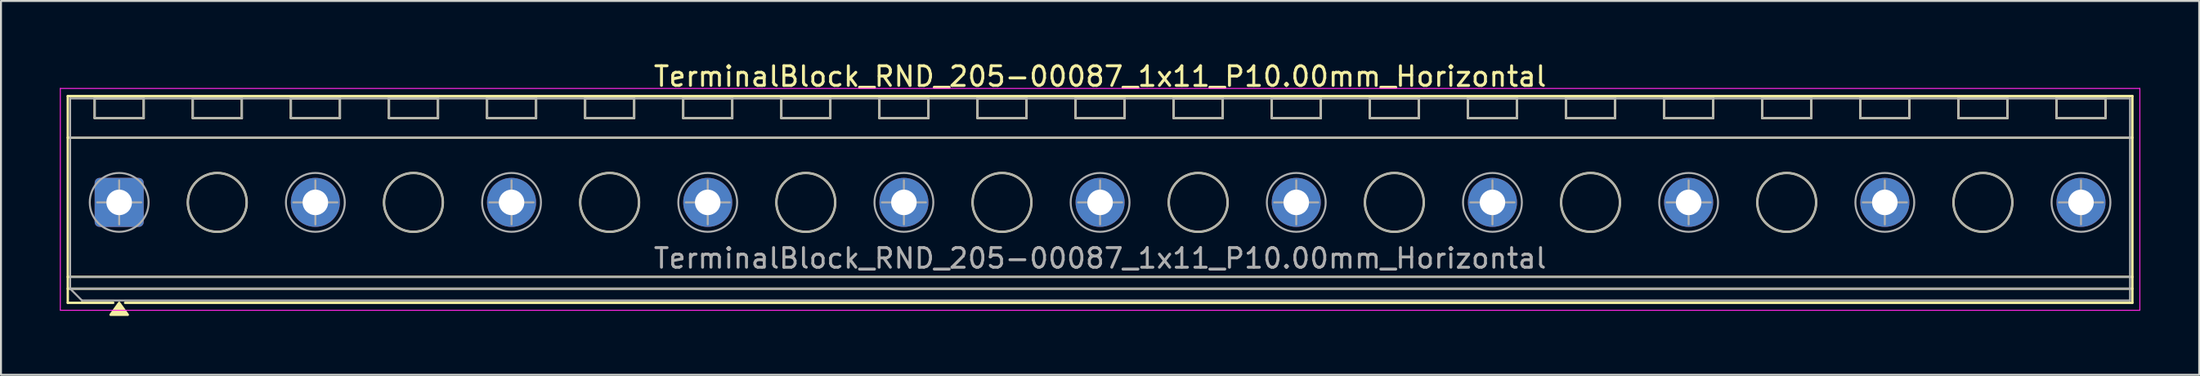
<source format=kicad_pcb>
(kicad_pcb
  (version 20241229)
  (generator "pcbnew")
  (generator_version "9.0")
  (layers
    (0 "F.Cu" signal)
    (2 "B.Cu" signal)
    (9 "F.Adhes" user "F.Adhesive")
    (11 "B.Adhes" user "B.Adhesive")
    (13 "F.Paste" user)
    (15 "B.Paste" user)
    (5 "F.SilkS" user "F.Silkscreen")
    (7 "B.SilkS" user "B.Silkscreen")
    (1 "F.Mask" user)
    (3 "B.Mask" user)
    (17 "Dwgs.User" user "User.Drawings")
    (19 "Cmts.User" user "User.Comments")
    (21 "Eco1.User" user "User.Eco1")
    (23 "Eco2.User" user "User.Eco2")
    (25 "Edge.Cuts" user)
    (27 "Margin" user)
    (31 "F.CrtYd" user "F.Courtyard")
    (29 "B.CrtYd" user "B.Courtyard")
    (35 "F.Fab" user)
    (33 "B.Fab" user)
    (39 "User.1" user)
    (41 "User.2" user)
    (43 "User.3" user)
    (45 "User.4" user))
  (footprint "TerminalBlock_RND_205-00087_1x11_P10.00mm_Horizontal"
    (layer "F.Cu")
    (at 3.025 7.268)
    (property "Reference" "TerminalBlock_RND_205-00087_1x11_P10.00mm_Horizontal" (at 50 -6.42 0) (layer "F.SilkS") (effects (font (size 1 1) (thickness 0.15))))
    (attr through_hole)
    (fp_line (start -2.62 -5.42) (end -2.62 5.12) (stroke (width 0.12) (type solid)) (layer "F.SilkS"))
    (fp_line (start -2.62 -5.42) (end 102.62 -5.42) (stroke (width 0.12) (type solid)) (layer "F.SilkS"))
    (fp_line (start -2.62 -3.3) (end 102.62 -3.3) (stroke (width 0.12) (type solid)) (layer "F.SilkS"))
    (fp_line (start -2.62 3.8) (end 102.62 3.8) (stroke (width 0.12) (type solid)) (layer "F.SilkS"))
    (fp_line (start -2.62 4.4) (end 102.62 4.4) (stroke (width 0.12) (type solid)) (layer "F.SilkS"))
    (fp_line (start -2.62 5.12) (end -0.3 5.12) (stroke (width 0.12) (type solid)) (layer "F.SilkS"))
    (fp_line (start -1.25 -5.3) (end -1.25 -4.3) (stroke (width 0.12) (type solid)) (layer "F.SilkS"))
    (fp_line (start -1.25 -5.3) (end 1.25 -5.3) (stroke (width 0.12) (type solid)) (layer "F.SilkS"))
    (fp_line (start -1.25 -4.3) (end 1.25 -4.3) (stroke (width 0.12) (type solid)) (layer "F.SilkS"))
    (fp_line (start 0.3 5.12) (end 102.62 5.12) (stroke (width 0.12) (type solid)) (layer "F.SilkS"))
    (fp_line (start 1.25 -5.3) (end 1.25 -4.3) (stroke (width 0.12) (type solid)) (layer "F.SilkS"))
    (fp_line (start 3.75 -5.3) (end 3.75 -4.3) (stroke (width 0.12) (type solid)) (layer "F.SilkS"))
    (fp_line (start 3.75 -5.3) (end 6.25 -5.3) (stroke (width 0.12) (type solid)) (layer "F.SilkS"))
    (fp_line (start 3.75 -4.3) (end 6.25 -4.3) (stroke (width 0.12) (type solid)) (layer "F.SilkS"))
    (fp_line (start 6.25 -5.3) (end 6.25 -4.3) (stroke (width 0.12) (type solid)) (layer "F.SilkS"))
    (fp_line (start 8.75 -5.3) (end 8.75 -4.3) (stroke (width 0.12) (type solid)) (layer "F.SilkS"))
    (fp_line (start 8.75 -5.3) (end 11.25 -5.3) (stroke (width 0.12) (type solid)) (layer "F.SilkS"))
    (fp_line (start 8.75 -4.3) (end 11.25 -4.3) (stroke (width 0.12) (type solid)) (layer "F.SilkS"))
    (fp_line (start 11.25 -5.3) (end 11.25 -4.3) (stroke (width 0.12) (type solid)) (layer "F.SilkS"))
    (fp_line (start 13.75 -5.3) (end 13.75 -4.3) (stroke (width 0.12) (type solid)) (layer "F.SilkS"))
    (fp_line (start 13.75 -5.3) (end 16.25 -5.3) (stroke (width 0.12) (type solid)) (layer "F.SilkS"))
    (fp_line (start 13.75 -4.3) (end 16.25 -4.3) (stroke (width 0.12) (type solid)) (layer "F.SilkS"))
    (fp_line (start 16.25 -5.3) (end 16.25 -4.3) (stroke (width 0.12) (type solid)) (layer "F.SilkS"))
    (fp_line (start 18.75 -5.3) (end 18.75 -4.3) (stroke (width 0.12) (type solid)) (layer "F.SilkS"))
    (fp_line (start 18.75 -5.3) (end 21.25 -5.3) (stroke (width 0.12) (type solid)) (layer "F.SilkS"))
    (fp_line (start 18.75 -4.3) (end 21.25 -4.3) (stroke (width 0.12) (type solid)) (layer "F.SilkS"))
    (fp_line (start 21.25 -5.3) (end 21.25 -4.3) (stroke (width 0.12) (type solid)) (layer "F.SilkS"))
    (fp_line (start 23.75 -5.3) (end 23.75 -4.3) (stroke (width 0.12) (type solid)) (layer "F.SilkS"))
    (fp_line (start 23.75 -5.3) (end 26.25 -5.3) (stroke (width 0.12) (type solid)) (layer "F.SilkS"))
    (fp_line (start 23.75 -4.3) (end 26.25 -4.3) (stroke (width 0.12) (type solid)) (layer "F.SilkS"))
    (fp_line (start 26.25 -5.3) (end 26.25 -4.3) (stroke (width 0.12) (type solid)) (layer "F.SilkS"))
    (fp_line (start 28.75 -5.3) (end 28.75 -4.3) (stroke (width 0.12) (type solid)) (layer "F.SilkS"))
    (fp_line (start 28.75 -5.3) (end 31.25 -5.3) (stroke (width 0.12) (type solid)) (layer "F.SilkS"))
    (fp_line (start 28.75 -4.3) (end 31.25 -4.3) (stroke (width 0.12) (type solid)) (layer "F.SilkS"))
    (fp_line (start 31.25 -5.3) (end 31.25 -4.3) (stroke (width 0.12) (type solid)) (layer "F.SilkS"))
    (fp_line (start 33.75 -5.3) (end 33.75 -4.3) (stroke (width 0.12) (type solid)) (layer "F.SilkS"))
    (fp_line (start 33.75 -5.3) (end 36.25 -5.3) (stroke (width 0.12) (type solid)) (layer "F.SilkS"))
    (fp_line (start 33.75 -4.3) (end 36.25 -4.3) (stroke (width 0.12) (type solid)) (layer "F.SilkS"))
    (fp_line (start 36.25 -5.3) (end 36.25 -4.3) (stroke (width 0.12) (type solid)) (layer "F.SilkS"))
    (fp_line (start 38.75 -5.3) (end 38.75 -4.3) (stroke (width 0.12) (type solid)) (layer "F.SilkS"))
    (fp_line (start 38.75 -5.3) (end 41.25 -5.3) (stroke (width 0.12) (type solid)) (layer "F.SilkS"))
    (fp_line (start 38.75 -4.3) (end 41.25 -4.3) (stroke (width 0.12) (type solid)) (layer "F.SilkS"))
    (fp_line (start 41.25 -5.3) (end 41.25 -4.3) (stroke (width 0.12) (type solid)) (layer "F.SilkS"))
    (fp_line (start 43.75 -5.3) (end 43.75 -4.3) (stroke (width 0.12) (type solid)) (layer "F.SilkS"))
    (fp_line (start 43.75 -5.3) (end 46.25 -5.3) (stroke (width 0.12) (type solid)) (layer "F.SilkS"))
    (fp_line (start 43.75 -4.3) (end 46.25 -4.3) (stroke (width 0.12) (type solid)) (layer "F.SilkS"))
    (fp_line (start 46.25 -5.3) (end 46.25 -4.3) (stroke (width 0.12) (type solid)) (layer "F.SilkS"))
    (fp_line (start 48.75 -5.3) (end 48.75 -4.3) (stroke (width 0.12) (type solid)) (layer "F.SilkS"))
    (fp_line (start 48.75 -5.3) (end 51.25 -5.3) (stroke (width 0.12) (type solid)) (layer "F.SilkS"))
    (fp_line (start 48.75 -4.3) (end 51.25 -4.3) (stroke (width 0.12) (type solid)) (layer "F.SilkS"))
    (fp_line (start 51.25 -5.3) (end 51.25 -4.3) (stroke (width 0.12) (type solid)) (layer "F.SilkS"))
    (fp_line (start 53.75 -5.3) (end 53.75 -4.3) (stroke (width 0.12) (type solid)) (layer "F.SilkS"))
    (fp_line (start 53.75 -5.3) (end 56.25 -5.3) (stroke (width 0.12) (type solid)) (layer "F.SilkS"))
    (fp_line (start 53.75 -4.3) (end 56.25 -4.3) (stroke (width 0.12) (type solid)) (layer "F.SilkS"))
    (fp_line (start 56.25 -5.3) (end 56.25 -4.3) (stroke (width 0.12) (type solid)) (layer "F.SilkS"))
    (fp_line (start 58.75 -5.3) (end 58.75 -4.3) (stroke (width 0.12) (type solid)) (layer "F.SilkS"))
    (fp_line (start 58.75 -5.3) (end 61.25 -5.3) (stroke (width 0.12) (type solid)) (layer "F.SilkS"))
    (fp_line (start 58.75 -4.3) (end 61.25 -4.3) (stroke (width 0.12) (type solid)) (layer "F.SilkS"))
    (fp_line (start 61.25 -5.3) (end 61.25 -4.3) (stroke (width 0.12) (type solid)) (layer "F.SilkS"))
    (fp_line (start 63.75 -5.3) (end 63.75 -4.3) (stroke (width 0.12) (type solid)) (layer "F.SilkS"))
    (fp_line (start 63.75 -5.3) (end 66.25 -5.3) (stroke (width 0.12) (type solid)) (layer "F.SilkS"))
    (fp_line (start 63.75 -4.3) (end 66.25 -4.3) (stroke (width 0.12) (type solid)) (layer "F.SilkS"))
    (fp_line (start 66.25 -5.3) (end 66.25 -4.3) (stroke (width 0.12) (type solid)) (layer "F.SilkS"))
    (fp_line (start 68.75 -5.3) (end 68.75 -4.3) (stroke (width 0.12) (type solid)) (layer "F.SilkS"))
    (fp_line (start 68.75 -5.3) (end 71.25 -5.3) (stroke (width 0.12) (type solid)) (layer "F.SilkS"))
    (fp_line (start 68.75 -4.3) (end 71.25 -4.3) (stroke (width 0.12) (type solid)) (layer "F.SilkS"))
    (fp_line (start 71.25 -5.3) (end 71.25 -4.3) (stroke (width 0.12) (type solid)) (layer "F.SilkS"))
    (fp_line (start 73.75 -5.3) (end 73.75 -4.3) (stroke (width 0.12) (type solid)) (layer "F.SilkS"))
    (fp_line (start 73.75 -5.3) (end 76.25 -5.3) (stroke (width 0.12) (type solid)) (layer "F.SilkS"))
    (fp_line (start 73.75 -4.3) (end 76.25 -4.3) (stroke (width 0.12) (type solid)) (layer "F.SilkS"))
    (fp_line (start 76.25 -5.3) (end 76.25 -4.3) (stroke (width 0.12) (type solid)) (layer "F.SilkS"))
    (fp_line (start 78.75 -5.3) (end 78.75 -4.3) (stroke (width 0.12) (type solid)) (layer "F.SilkS"))
    (fp_line (start 78.75 -5.3) (end 81.25 -5.3) (stroke (width 0.12) (type solid)) (layer "F.SilkS"))
    (fp_line (start 78.75 -4.3) (end 81.25 -4.3) (stroke (width 0.12) (type solid)) (layer "F.SilkS"))
    (fp_line (start 81.25 -5.3) (end 81.25 -4.3) (stroke (width 0.12) (type solid)) (layer "F.SilkS"))
    (fp_line (start 83.75 -5.3) (end 83.75 -4.3) (stroke (width 0.12) (type solid)) (layer "F.SilkS"))
    (fp_line (start 83.75 -5.3) (end 86.25 -5.3) (stroke (width 0.12) (type solid)) (layer "F.SilkS"))
    (fp_line (start 83.75 -4.3) (end 86.25 -4.3) (stroke (width 0.12) (type solid)) (layer "F.SilkS"))
    (fp_line (start 86.25 -5.3) (end 86.25 -4.3) (stroke (width 0.12) (type solid)) (layer "F.SilkS"))
    (fp_line (start 88.75 -5.3) (end 88.75 -4.3) (stroke (width 0.12) (type solid)) (layer "F.SilkS"))
    (fp_line (start 88.75 -5.3) (end 91.25 -5.3) (stroke (width 0.12) (type solid)) (layer "F.SilkS"))
    (fp_line (start 88.75 -4.3) (end 91.25 -4.3) (stroke (width 0.12) (type solid)) (layer "F.SilkS"))
    (fp_line (start 91.25 -5.3) (end 91.25 -4.3) (stroke (width 0.12) (type solid)) (layer "F.SilkS"))
    (fp_line (start 93.75 -5.3) (end 93.75 -4.3) (stroke (width 0.12) (type solid)) (layer "F.SilkS"))
    (fp_line (start 93.75 -5.3) (end 96.25 -5.3) (stroke (width 0.12) (type solid)) (layer "F.SilkS"))
    (fp_line (start 93.75 -4.3) (end 96.25 -4.3) (stroke (width 0.12) (type solid)) (layer "F.SilkS"))
    (fp_line (start 96.25 -5.3) (end 96.25 -4.3) (stroke (width 0.12) (type solid)) (layer "F.SilkS"))
    (fp_line (start 98.75 -5.3) (end 98.75 -4.3) (stroke (width 0.12) (type solid)) (layer "F.SilkS"))
    (fp_line (start 98.75 -5.3) (end 101.25 -5.3) (stroke (width 0.12) (type solid)) (layer "F.SilkS"))
    (fp_line (start 98.75 -4.3) (end 101.25 -4.3) (stroke (width 0.12) (type solid)) (layer "F.SilkS"))
    (fp_line (start 101.25 -5.3) (end 101.25 -4.3) (stroke (width 0.12) (type solid)) (layer "F.SilkS"))
    (fp_line (start 102.62 -5.42) (end 102.62 5.12) (stroke (width 0.12) (type solid)) (layer "F.SilkS"))
    (fp_circle (center 5 0) (end 6.5 0) (stroke (width 0.12) (type solid)) (fill no) (layer "F.SilkS"))
    (fp_circle (center 15 0) (end 16.5 0) (stroke (width 0.12) (type solid)) (fill no) (layer "F.SilkS"))
    (fp_circle (center 25 0) (end 26.5 0) (stroke (width 0.12) (type solid)) (fill no) (layer "F.SilkS"))
    (fp_circle (center 35 0) (end 36.5 0) (stroke (width 0.12) (type solid)) (fill no) (layer "F.SilkS"))
    (fp_circle (center 45 0) (end 46.5 0) (stroke (width 0.12) (type solid)) (fill no) (layer "F.SilkS"))
    (fp_circle (center 55 0) (end 56.5 0) (stroke (width 0.12) (type solid)) (fill no) (layer "F.SilkS"))
    (fp_circle (center 65 0) (end 66.5 0) (stroke (width 0.12) (type solid)) (fill no) (layer "F.SilkS"))
    (fp_circle (center 75 0) (end 76.5 0) (stroke (width 0.12) (type solid)) (fill no) (layer "F.SilkS"))
    (fp_circle (center 85 0) (end 86.5 0) (stroke (width 0.12) (type solid)) (fill no) (layer "F.SilkS"))
    (fp_circle (center 95 0) (end 96.5 0) (stroke (width 0.12) (type solid)) (fill no) (layer "F.SilkS"))
    (fp_poly (pts (xy 0 5.12) (xy 0.44 5.73) (xy -0.44 5.73)) (stroke (width 0.12) (type solid)) (fill yes) (layer "F.SilkS"))
    (fp_line (start -3 -5.81) (end -3 5.5) (stroke (width 0.05) (type solid)) (layer "F.CrtYd"))
    (fp_line (start -3 5.5) (end 103 5.5) (stroke (width 0.05) (type solid)) (layer "F.CrtYd"))
    (fp_line (start 103 -5.81) (end -3 -5.81) (stroke (width 0.05) (type solid)) (layer "F.CrtYd"))
    (fp_line (start 103 5.5) (end 103 -5.81) (stroke (width 0.05) (type solid)) (layer "F.CrtYd"))
    (fp_line (start -2.5 -5.3) (end 102.5 -5.3) (stroke (width 0.1) (type solid)) (layer "F.Fab"))
    (fp_line (start -2.5 -3.3) (end 102.5 -3.3) (stroke (width 0.1) (type solid)) (layer "F.Fab"))
    (fp_line (start -2.5 3.8) (end 102.5 3.8) (stroke (width 0.1) (type solid)) (layer "F.Fab"))
    (fp_line (start -2.5 4.4) (end -2.5 -5.3) (stroke (width 0.1) (type solid)) (layer "F.Fab"))
    (fp_line (start -2.5 4.4) (end 102.5 4.4) (stroke (width 0.1) (type solid)) (layer "F.Fab"))
    (fp_line (start -1.9 5) (end -2.5 4.4) (stroke (width 0.1) (type solid)) (layer "F.Fab"))
    (fp_line (start -1.25 -5.3) (end -1.25 -4.3) (stroke (width 0.1) (type solid)) (layer "F.Fab"))
    (fp_line (start -1.25 -4.3) (end 1.25 -4.3) (stroke (width 0.1) (type solid)) (layer "F.Fab"))
    (fp_line (start -1.125 0) (end 1.125 0) (stroke (width 0.1) (type solid)) (layer "F.Fab"))
    (fp_line (start 0 -1.125) (end 0 1.125) (stroke (width 0.1) (type solid)) (layer "F.Fab"))
    (fp_line (start 1.25 -5.3) (end -1.25 -5.3) (stroke (width 0.1) (type solid)) (layer "F.Fab"))
    (fp_line (start 1.25 -4.3) (end 1.25 -5.3) (stroke (width 0.1) (type solid)) (layer "F.Fab"))
    (fp_line (start 3.75 -5.3) (end 3.75 -4.3) (stroke (width 0.1) (type solid)) (layer "F.Fab"))
    (fp_line (start 3.75 -4.3) (end 6.25 -4.3) (stroke (width 0.1) (type solid)) (layer "F.Fab"))
    (fp_line (start 6.25 -5.3) (end 3.75 -5.3) (stroke (width 0.1) (type solid)) (layer "F.Fab"))
    (fp_line (start 6.25 -4.3) (end 6.25 -5.3) (stroke (width 0.1) (type solid)) (layer "F.Fab"))
    (fp_line (start 8.75 -5.3) (end 8.75 -4.3) (stroke (width 0.1) (type solid)) (layer "F.Fab"))
    (fp_line (start 8.75 -4.3) (end 11.25 -4.3) (stroke (width 0.1) (type solid)) (layer "F.Fab"))
    (fp_line (start 8.875 0) (end 11.125 0) (stroke (width 0.1) (type solid)) (layer "F.Fab"))
    (fp_line (start 10 -1.125) (end 10 1.125) (stroke (width 0.1) (type solid)) (layer "F.Fab"))
    (fp_line (start 11.25 -5.3) (end 8.75 -5.3) (stroke (width 0.1) (type solid)) (layer "F.Fab"))
    (fp_line (start 11.25 -4.3) (end 11.25 -5.3) (stroke (width 0.1) (type solid)) (layer "F.Fab"))
    (fp_line (start 13.75 -5.3) (end 13.75 -4.3) (stroke (width 0.1) (type solid)) (layer "F.Fab"))
    (fp_line (start 13.75 -4.3) (end 16.25 -4.3) (stroke (width 0.1) (type solid)) (layer "F.Fab"))
    (fp_line (start 16.25 -5.3) (end 13.75 -5.3) (stroke (width 0.1) (type solid)) (layer "F.Fab"))
    (fp_line (start 16.25 -4.3) (end 16.25 -5.3) (stroke (width 0.1) (type solid)) (layer "F.Fab"))
    (fp_line (start 18.75 -5.3) (end 18.75 -4.3) (stroke (width 0.1) (type solid)) (layer "F.Fab"))
    (fp_line (start 18.75 -4.3) (end 21.25 -4.3) (stroke (width 0.1) (type solid)) (layer "F.Fab"))
    (fp_line (start 18.875 0) (end 21.125 0) (stroke (width 0.1) (type solid)) (layer "F.Fab"))
    (fp_line (start 20 -1.125) (end 20 1.125) (stroke (width 0.1) (type solid)) (layer "F.Fab"))
    (fp_line (start 21.25 -5.3) (end 18.75 -5.3) (stroke (width 0.1) (type solid)) (layer "F.Fab"))
    (fp_line (start 21.25 -4.3) (end 21.25 -5.3) (stroke (width 0.1) (type solid)) (layer "F.Fab"))
    (fp_line (start 23.75 -5.3) (end 23.75 -4.3) (stroke (width 0.1) (type solid)) (layer "F.Fab"))
    (fp_line (start 23.75 -4.3) (end 26.25 -4.3) (stroke (width 0.1) (type solid)) (layer "F.Fab"))
    (fp_line (start 26.25 -5.3) (end 23.75 -5.3) (stroke (width 0.1) (type solid)) (layer "F.Fab"))
    (fp_line (start 26.25 -4.3) (end 26.25 -5.3) (stroke (width 0.1) (type solid)) (layer "F.Fab"))
    (fp_line (start 28.75 -5.3) (end 28.75 -4.3) (stroke (width 0.1) (type solid)) (layer "F.Fab"))
    (fp_line (start 28.75 -4.3) (end 31.25 -4.3) (stroke (width 0.1) (type solid)) (layer "F.Fab"))
    (fp_line (start 28.875 0) (end 31.125 0) (stroke (width 0.1) (type solid)) (layer "F.Fab"))
    (fp_line (start 30 -1.125) (end 30 1.125) (stroke (width 0.1) (type solid)) (layer "F.Fab"))
    (fp_line (start 31.25 -5.3) (end 28.75 -5.3) (stroke (width 0.1) (type solid)) (layer "F.Fab"))
    (fp_line (start 31.25 -4.3) (end 31.25 -5.3) (stroke (width 0.1) (type solid)) (layer "F.Fab"))
    (fp_line (start 33.75 -5.3) (end 33.75 -4.3) (stroke (width 0.1) (type solid)) (layer "F.Fab"))
    (fp_line (start 33.75 -4.3) (end 36.25 -4.3) (stroke (width 0.1) (type solid)) (layer "F.Fab"))
    (fp_line (start 36.25 -5.3) (end 33.75 -5.3) (stroke (width 0.1) (type solid)) (layer "F.Fab"))
    (fp_line (start 36.25 -4.3) (end 36.25 -5.3) (stroke (width 0.1) (type solid)) (layer "F.Fab"))
    (fp_line (start 38.75 -5.3) (end 38.75 -4.3) (stroke (width 0.1) (type solid)) (layer "F.Fab"))
    (fp_line (start 38.75 -4.3) (end 41.25 -4.3) (stroke (width 0.1) (type solid)) (layer "F.Fab"))
    (fp_line (start 38.875 0) (end 41.125 0) (stroke (width 0.1) (type solid)) (layer "F.Fab"))
    (fp_line (start 40 -1.125) (end 40 1.125) (stroke (width 0.1) (type solid)) (layer "F.Fab"))
    (fp_line (start 41.25 -5.3) (end 38.75 -5.3) (stroke (width 0.1) (type solid)) (layer "F.Fab"))
    (fp_line (start 41.25 -4.3) (end 41.25 -5.3) (stroke (width 0.1) (type solid)) (layer "F.Fab"))
    (fp_line (start 43.75 -5.3) (end 43.75 -4.3) (stroke (width 0.1) (type solid)) (layer "F.Fab"))
    (fp_line (start 43.75 -4.3) (end 46.25 -4.3) (stroke (width 0.1) (type solid)) (layer "F.Fab"))
    (fp_line (start 46.25 -5.3) (end 43.75 -5.3) (stroke (width 0.1) (type solid)) (layer "F.Fab"))
    (fp_line (start 46.25 -4.3) (end 46.25 -5.3) (stroke (width 0.1) (type solid)) (layer "F.Fab"))
    (fp_line (start 48.75 -5.3) (end 48.75 -4.3) (stroke (width 0.1) (type solid)) (layer "F.Fab"))
    (fp_line (start 48.75 -4.3) (end 51.25 -4.3) (stroke (width 0.1) (type solid)) (layer "F.Fab"))
    (fp_line (start 48.875 0) (end 51.125 0) (stroke (width 0.1) (type solid)) (layer "F.Fab"))
    (fp_line (start 50 -1.125) (end 50 1.125) (stroke (width 0.1) (type solid)) (layer "F.Fab"))
    (fp_line (start 51.25 -5.3) (end 48.75 -5.3) (stroke (width 0.1) (type solid)) (layer "F.Fab"))
    (fp_line (start 51.25 -4.3) (end 51.25 -5.3) (stroke (width 0.1) (type solid)) (layer "F.Fab"))
    (fp_line (start 53.75 -5.3) (end 53.75 -4.3) (stroke (width 0.1) (type solid)) (layer "F.Fab"))
    (fp_line (start 53.75 -4.3) (end 56.25 -4.3) (stroke (width 0.1) (type solid)) (layer "F.Fab"))
    (fp_line (start 56.25 -5.3) (end 53.75 -5.3) (stroke (width 0.1) (type solid)) (layer "F.Fab"))
    (fp_line (start 56.25 -4.3) (end 56.25 -5.3) (stroke (width 0.1) (type solid)) (layer "F.Fab"))
    (fp_line (start 58.75 -5.3) (end 58.75 -4.3) (stroke (width 0.1) (type solid)) (layer "F.Fab"))
    (fp_line (start 58.75 -4.3) (end 61.25 -4.3) (stroke (width 0.1) (type solid)) (layer "F.Fab"))
    (fp_line (start 58.875 0) (end 61.125 0) (stroke (width 0.1) (type solid)) (layer "F.Fab"))
    (fp_line (start 60 -1.125) (end 60 1.125) (stroke (width 0.1) (type solid)) (layer "F.Fab"))
    (fp_line (start 61.25 -5.3) (end 58.75 -5.3) (stroke (width 0.1) (type solid)) (layer "F.Fab"))
    (fp_line (start 61.25 -4.3) (end 61.25 -5.3) (stroke (width 0.1) (type solid)) (layer "F.Fab"))
    (fp_line (start 63.75 -5.3) (end 63.75 -4.3) (stroke (width 0.1) (type solid)) (layer "F.Fab"))
    (fp_line (start 63.75 -4.3) (end 66.25 -4.3) (stroke (width 0.1) (type solid)) (layer "F.Fab"))
    (fp_line (start 66.25 -5.3) (end 63.75 -5.3) (stroke (width 0.1) (type solid)) (layer "F.Fab"))
    (fp_line (start 66.25 -4.3) (end 66.25 -5.3) (stroke (width 0.1) (type solid)) (layer "F.Fab"))
    (fp_line (start 68.75 -5.3) (end 68.75 -4.3) (stroke (width 0.1) (type solid)) (layer "F.Fab"))
    (fp_line (start 68.75 -4.3) (end 71.25 -4.3) (stroke (width 0.1) (type solid)) (layer "F.Fab"))
    (fp_line (start 68.875 0) (end 71.125 0) (stroke (width 0.1) (type solid)) (layer "F.Fab"))
    (fp_line (start 70 -1.125) (end 70 1.125) (stroke (width 0.1) (type solid)) (layer "F.Fab"))
    (fp_line (start 71.25 -5.3) (end 68.75 -5.3) (stroke (width 0.1) (type solid)) (layer "F.Fab"))
    (fp_line (start 71.25 -4.3) (end 71.25 -5.3) (stroke (width 0.1) (type solid)) (layer "F.Fab"))
    (fp_line (start 73.75 -5.3) (end 73.75 -4.3) (stroke (width 0.1) (type solid)) (layer "F.Fab"))
    (fp_line (start 73.75 -4.3) (end 76.25 -4.3) (stroke (width 0.1) (type solid)) (layer "F.Fab"))
    (fp_line (start 76.25 -5.3) (end 73.75 -5.3) (stroke (width 0.1) (type solid)) (layer "F.Fab"))
    (fp_line (start 76.25 -4.3) (end 76.25 -5.3) (stroke (width 0.1) (type solid)) (layer "F.Fab"))
    (fp_line (start 78.75 -5.3) (end 78.75 -4.3) (stroke (width 0.1) (type solid)) (layer "F.Fab"))
    (fp_line (start 78.75 -4.3) (end 81.25 -4.3) (stroke (width 0.1) (type solid)) (layer "F.Fab"))
    (fp_line (start 78.875 0) (end 81.125 0) (stroke (width 0.1) (type solid)) (layer "F.Fab"))
    (fp_line (start 80 -1.125) (end 80 1.125) (stroke (width 0.1) (type solid)) (layer "F.Fab"))
    (fp_line (start 81.25 -5.3) (end 78.75 -5.3) (stroke (width 0.1) (type solid)) (layer "F.Fab"))
    (fp_line (start 81.25 -4.3) (end 81.25 -5.3) (stroke (width 0.1) (type solid)) (layer "F.Fab"))
    (fp_line (start 83.75 -5.3) (end 83.75 -4.3) (stroke (width 0.1) (type solid)) (layer "F.Fab"))
    (fp_line (start 83.75 -4.3) (end 86.25 -4.3) (stroke (width 0.1) (type solid)) (layer "F.Fab"))
    (fp_line (start 86.25 -5.3) (end 83.75 -5.3) (stroke (width 0.1) (type solid)) (layer "F.Fab"))
    (fp_line (start 86.25 -4.3) (end 86.25 -5.3) (stroke (width 0.1) (type solid)) (layer "F.Fab"))
    (fp_line (start 88.75 -5.3) (end 88.75 -4.3) (stroke (width 0.1) (type solid)) (layer "F.Fab"))
    (fp_line (start 88.75 -4.3) (end 91.25 -4.3) (stroke (width 0.1) (type solid)) (layer "F.Fab"))
    (fp_line (start 88.875 0) (end 91.125 0) (stroke (width 0.1) (type solid)) (layer "F.Fab"))
    (fp_line (start 90 -1.125) (end 90 1.125) (stroke (width 0.1) (type solid)) (layer "F.Fab"))
    (fp_line (start 91.25 -5.3) (end 88.75 -5.3) (stroke (width 0.1) (type solid)) (layer "F.Fab"))
    (fp_line (start 91.25 -4.3) (end 91.25 -5.3) (stroke (width 0.1) (type solid)) (layer "F.Fab"))
    (fp_line (start 93.75 -5.3) (end 93.75 -4.3) (stroke (width 0.1) (type solid)) (layer "F.Fab"))
    (fp_line (start 93.75 -4.3) (end 96.25 -4.3) (stroke (width 0.1) (type solid)) (layer "F.Fab"))
    (fp_line (start 96.25 -5.3) (end 93.75 -5.3) (stroke (width 0.1) (type solid)) (layer "F.Fab"))
    (fp_line (start 96.25 -4.3) (end 96.25 -5.3) (stroke (width 0.1) (type solid)) (layer "F.Fab"))
    (fp_line (start 98.75 -5.3) (end 98.75 -4.3) (stroke (width 0.1) (type solid)) (layer "F.Fab"))
    (fp_line (start 98.75 -4.3) (end 101.25 -4.3) (stroke (width 0.1) (type solid)) (layer "F.Fab"))
    (fp_line (start 98.875 0) (end 101.125 0) (stroke (width 0.1) (type solid)) (layer "F.Fab"))
    (fp_line (start 100 -1.125) (end 100 1.125) (stroke (width 0.1) (type solid)) (layer "F.Fab"))
    (fp_line (start 101.25 -5.3) (end 98.75 -5.3) (stroke (width 0.1) (type solid)) (layer "F.Fab"))
    (fp_line (start 101.25 -4.3) (end 101.25 -5.3) (stroke (width 0.1) (type solid)) (layer "F.Fab"))
    (fp_line (start 102.5 -5.3) (end 102.5 5) (stroke (width 0.1) (type solid)) (layer "F.Fab"))
    (fp_line (start 102.5 5) (end -1.9 5) (stroke (width 0.1) (type solid)) (layer "F.Fab"))
    (fp_circle (center 0 0) (end 1.5 0) (stroke (width 0.1) (type solid)) (fill no) (layer "F.Fab"))
    (fp_circle (center 5 0) (end 6.5 0) (stroke (width 0.1) (type solid)) (fill no) (layer "F.Fab"))
    (fp_circle (center 10 0) (end 11.5 0) (stroke (width 0.1) (type solid)) (fill no) (layer "F.Fab"))
    (fp_circle (center 15 0) (end 16.5 0) (stroke (width 0.1) (type solid)) (fill no) (layer "F.Fab"))
    (fp_circle (center 20 0) (end 21.5 0) (stroke (width 0.1) (type solid)) (fill no) (layer "F.Fab"))
    (fp_circle (center 25 0) (end 26.5 0) (stroke (width 0.1) (type solid)) (fill no) (layer "F.Fab"))
    (fp_circle (center 30 0) (end 31.5 0) (stroke (width 0.1) (type solid)) (fill no) (layer "F.Fab"))
    (fp_circle (center 35 0) (end 36.5 0) (stroke (width 0.1) (type solid)) (fill no) (layer "F.Fab"))
    (fp_circle (center 40 0) (end 41.5 0) (stroke (width 0.1) (type solid)) (fill no) (layer "F.Fab"))
    (fp_circle (center 45 0) (end 46.5 0) (stroke (width 0.1) (type solid)) (fill no) (layer "F.Fab"))
    (fp_circle (center 50 0) (end 51.5 0) (stroke (width 0.1) (type solid)) (fill no) (layer "F.Fab"))
    (fp_circle (center 55 0) (end 56.5 0) (stroke (width 0.1) (type solid)) (fill no) (layer "F.Fab"))
    (fp_circle (center 60 0) (end 61.5 0) (stroke (width 0.1) (type solid)) (fill no) (layer "F.Fab"))
    (fp_circle (center 65 0) (end 66.5 0) (stroke (width 0.1) (type solid)) (fill no) (layer "F.Fab"))
    (fp_circle (center 70 0) (end 71.5 0) (stroke (width 0.1) (type solid)) (fill no) (layer "F.Fab"))
    (fp_circle (center 75 0) (end 76.5 0) (stroke (width 0.1) (type solid)) (fill no) (layer "F.Fab"))
    (fp_circle (center 80 0) (end 81.5 0) (stroke (width 0.1) (type solid)) (fill no) (layer "F.Fab"))
    (fp_circle (center 85 0) (end 86.5 0) (stroke (width 0.1) (type solid)) (fill no) (layer "F.Fab"))
    (fp_circle (center 90 0) (end 91.5 0) (stroke (width 0.1) (type solid)) (fill no) (layer "F.Fab"))
    (fp_circle (center 95 0) (end 96.5 0) (stroke (width 0.1) (type solid)) (fill no) (layer "F.Fab"))
    (fp_circle (center 100 0) (end 101.5 0) (stroke (width 0.1) (type solid)) (fill no) (layer "F.Fab"))
    (fp_text user "${REFERENCE}" (at 50 2.85 0) (layer "F.Fab") (effects (font (size 1 1) (thickness 0.15))))
    (pad "1" thru_hole roundrect (at 0 0) (size 2.5 2.5) (drill 1.3) (layers "*.Cu" "*.Mask") (roundrect_rratio 0.1))
    (pad "2" thru_hole circle (at 10 0) (size 2.5 2.5) (drill 1.3) (layers "*.Cu" "*.Mask"))
    (pad "3" thru_hole circle (at 20 0) (size 2.5 2.5) (drill 1.3) (layers "*.Cu" "*.Mask"))
    (pad "4" thru_hole circle (at 30 0) (size 2.5 2.5) (drill 1.3) (layers "*.Cu" "*.Mask"))
    (pad "5" thru_hole circle (at 40 0) (size 2.5 2.5) (drill 1.3) (layers "*.Cu" "*.Mask"))
    (pad "6" thru_hole circle (at 50 0) (size 2.5 2.5) (drill 1.3) (layers "*.Cu" "*.Mask"))
    (pad "7" thru_hole circle (at 60 0) (size 2.5 2.5) (drill 1.3) (layers "*.Cu" "*.Mask"))
    (pad "8" thru_hole circle (at 70 0) (size 2.5 2.5) (drill 1.3) (layers "*.Cu" "*.Mask"))
    (pad "9" thru_hole circle (at 80 0) (size 2.5 2.5) (drill 1.3) (layers "*.Cu" "*.Mask"))
    (pad "10" thru_hole circle (at 90 0) (size 2.5 2.5) (drill 1.3) (layers "*.Cu" "*.Mask"))
    (pad "11" thru_hole circle (at 100 0) (size 2.5 2.5) (drill 1.3) (layers "*.Cu" "*.Mask")))
  (gr_rect
    (start -3 -3)
    (end 109.05 16.058)
    (stroke (width 0.1) (type default))
    (fill no)
    (layer "Edge.Cuts")))
</source>
